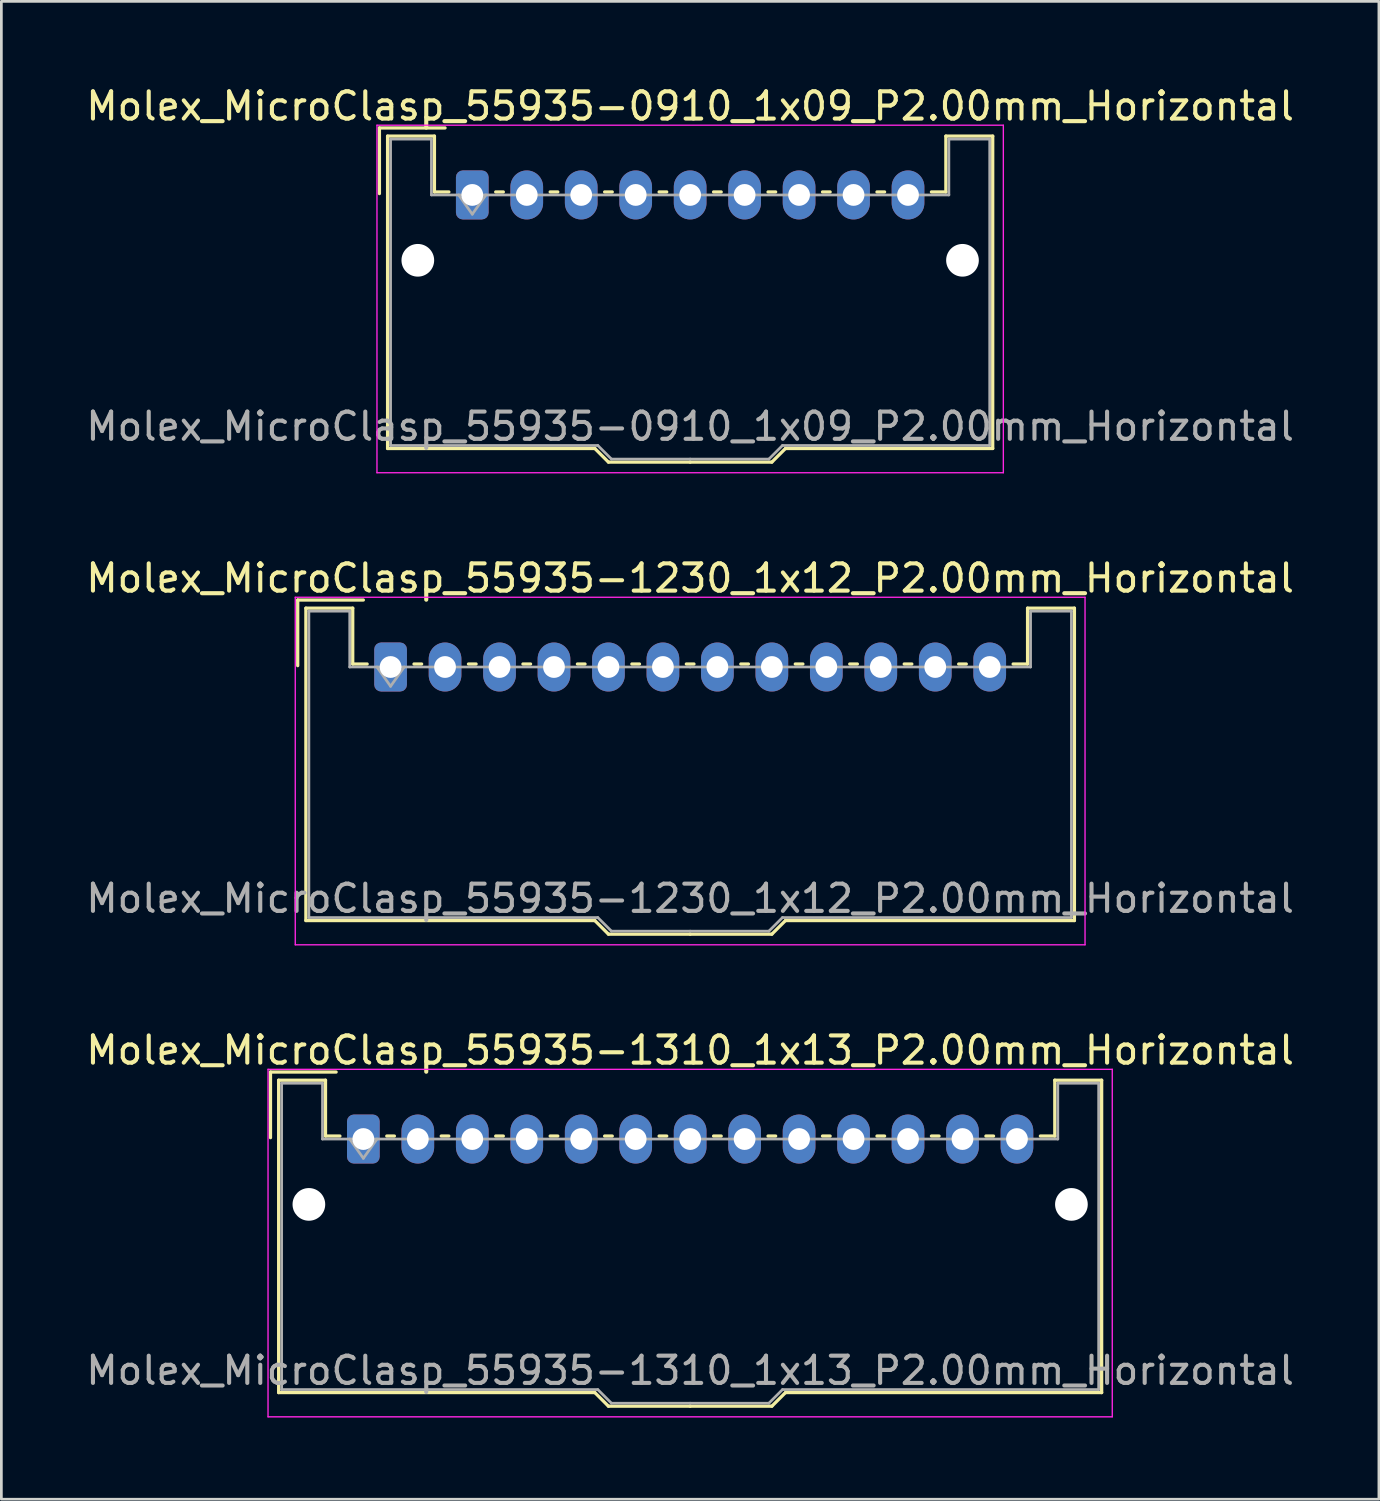
<source format=kicad_pcb>
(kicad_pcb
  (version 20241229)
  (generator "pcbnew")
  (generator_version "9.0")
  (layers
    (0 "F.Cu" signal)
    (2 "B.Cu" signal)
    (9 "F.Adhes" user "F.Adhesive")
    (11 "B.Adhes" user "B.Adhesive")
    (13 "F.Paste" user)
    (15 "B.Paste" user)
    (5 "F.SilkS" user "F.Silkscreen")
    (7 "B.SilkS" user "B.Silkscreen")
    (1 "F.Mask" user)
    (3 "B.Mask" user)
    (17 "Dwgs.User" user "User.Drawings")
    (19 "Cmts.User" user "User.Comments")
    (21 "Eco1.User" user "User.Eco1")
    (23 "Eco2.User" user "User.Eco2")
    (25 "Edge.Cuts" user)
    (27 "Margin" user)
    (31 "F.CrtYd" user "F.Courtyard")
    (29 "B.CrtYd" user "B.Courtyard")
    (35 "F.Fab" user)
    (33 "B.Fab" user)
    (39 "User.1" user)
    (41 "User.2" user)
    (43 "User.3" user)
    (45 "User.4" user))
  (footprint "Molex_MicroClasp_55935-1230_1x12_P2.00mm_Horizontal"
    (layer "F.Cu")
    (at 11.292 21.442)
    (property "Reference" "Molex_MicroClasp_55935-1230_1x12_P2.00mm_Horizontal" (at 11 -3.26 0) (layer "F.SilkS") (effects (font (size 1 1) (thickness 0.15))))
    (attr through_hole)
    (fp_line (start -3.41 -2.46) (end -1 -2.46) (stroke (width 0.12) (type solid)) (layer "F.SilkS"))
    (fp_line (start -3.41 -0.05) (end -3.41 -2.46) (stroke (width 0.12) (type solid)) (layer "F.SilkS"))
    (fp_line (start -3.11 -2.16) (end -1.39 -2.16) (stroke (width 0.12) (type solid)) (layer "F.SilkS"))
    (fp_line (start -3.11 9.31) (end -3.11 -2.16) (stroke (width 0.12) (type solid)) (layer "F.SilkS"))
    (fp_line (start -1.39 -2.16) (end -1.39 -0.11) (stroke (width 0.12) (type solid)) (layer "F.SilkS"))
    (fp_line (start -1.39 -0.11) (end -0.86 -0.11) (stroke (width 0.12) (type solid)) (layer "F.SilkS"))
    (fp_line (start 0.86 -0.11) (end 1.14 -0.11) (stroke (width 0.12) (type solid)) (layer "F.SilkS"))
    (fp_line (start 2.86 -0.11) (end 3.14 -0.11) (stroke (width 0.12) (type solid)) (layer "F.SilkS"))
    (fp_line (start 4.86 -0.11) (end 5.14 -0.11) (stroke (width 0.12) (type solid)) (layer "F.SilkS"))
    (fp_line (start 6.86 -0.11) (end 7.14 -0.11) (stroke (width 0.12) (type solid)) (layer "F.SilkS"))
    (fp_line (start 7.5 9.31) (end -3.11 9.31) (stroke (width 0.12) (type solid)) (layer "F.SilkS"))
    (fp_line (start 8 9.81) (end 7.5 9.31) (stroke (width 0.12) (type solid)) (layer "F.SilkS"))
    (fp_line (start 8.86 -0.11) (end 9.14 -0.11) (stroke (width 0.12) (type solid)) (layer "F.SilkS"))
    (fp_line (start 10.86 -0.11) (end 11.14 -0.11) (stroke (width 0.12) (type solid)) (layer "F.SilkS"))
    (fp_line (start 11 9.81) (end 8 9.81) (stroke (width 0.12) (type solid)) (layer "F.SilkS"))
    (fp_line (start 11 9.81) (end 14 9.81) (stroke (width 0.12) (type solid)) (layer "F.SilkS"))
    (fp_line (start 12.86 -0.11) (end 13.14 -0.11) (stroke (width 0.12) (type solid)) (layer "F.SilkS"))
    (fp_line (start 14 9.81) (end 14.5 9.31) (stroke (width 0.12) (type solid)) (layer "F.SilkS"))
    (fp_line (start 14.5 9.31) (end 25.11 9.31) (stroke (width 0.12) (type solid)) (layer "F.SilkS"))
    (fp_line (start 14.86 -0.11) (end 15.14 -0.11) (stroke (width 0.12) (type solid)) (layer "F.SilkS"))
    (fp_line (start 16.86 -0.11) (end 17.14 -0.11) (stroke (width 0.12) (type solid)) (layer "F.SilkS"))
    (fp_line (start 18.86 -0.11) (end 19.14 -0.11) (stroke (width 0.12) (type solid)) (layer "F.SilkS"))
    (fp_line (start 20.86 -0.11) (end 21.14 -0.11) (stroke (width 0.12) (type solid)) (layer "F.SilkS"))
    (fp_line (start 23.39 -2.16) (end 23.39 -0.11) (stroke (width 0.12) (type solid)) (layer "F.SilkS"))
    (fp_line (start 23.39 -0.11) (end 22.86 -0.11) (stroke (width 0.12) (type solid)) (layer "F.SilkS"))
    (fp_line (start 25.11 -2.16) (end 23.39 -2.16) (stroke (width 0.12) (type solid)) (layer "F.SilkS"))
    (fp_line (start 25.11 9.31) (end 25.11 -2.16) (stroke (width 0.12) (type solid)) (layer "F.SilkS"))
    (fp_line (start -3.5 -2.56) (end -3.5 10.2) (stroke (width 0.05) (type solid)) (layer "F.CrtYd"))
    (fp_line (start -3.5 10.2) (end 25.5 10.2) (stroke (width 0.05) (type solid)) (layer "F.CrtYd"))
    (fp_line (start 25.5 -2.56) (end -3.5 -2.56) (stroke (width 0.05) (type solid)) (layer "F.CrtYd"))
    (fp_line (start 25.5 10.2) (end 25.5 -2.56) (stroke (width 0.05) (type solid)) (layer "F.CrtYd"))
    (fp_line (start -3 -2.05) (end -1.5 -2.05) (stroke (width 0.1) (type solid)) (layer "F.Fab"))
    (fp_line (start -3 9.2) (end -3 -2.05) (stroke (width 0.1) (type solid)) (layer "F.Fab"))
    (fp_line (start -1.5 -2.05) (end -1.5 0) (stroke (width 0.1) (type solid)) (layer "F.Fab"))
    (fp_line (start -1.5 0) (end 11 0) (stroke (width 0.1) (type solid)) (layer "F.Fab"))
    (fp_line (start -0.5 0) (end 0 0.707) (stroke (width 0.1) (type solid)) (layer "F.Fab"))
    (fp_line (start 0 0.707) (end 0.5 0) (stroke (width 0.1) (type solid)) (layer "F.Fab"))
    (fp_line (start 7.61 9.2) (end -3 9.2) (stroke (width 0.1) (type solid)) (layer "F.Fab"))
    (fp_line (start 8.11 9.7) (end 7.61 9.2) (stroke (width 0.1) (type solid)) (layer "F.Fab"))
    (fp_line (start 11 9.7) (end 8.11 9.7) (stroke (width 0.1) (type solid)) (layer "F.Fab"))
    (fp_line (start 11 9.7) (end 13.89 9.7) (stroke (width 0.1) (type solid)) (layer "F.Fab"))
    (fp_line (start 13.89 9.7) (end 14.39 9.2) (stroke (width 0.1) (type solid)) (layer "F.Fab"))
    (fp_line (start 14.39 9.2) (end 25 9.2) (stroke (width 0.1) (type solid)) (layer "F.Fab"))
    (fp_line (start 23.5 -2.05) (end 23.5 0) (stroke (width 0.1) (type solid)) (layer "F.Fab"))
    (fp_line (start 23.5 0) (end 11 0) (stroke (width 0.1) (type solid)) (layer "F.Fab"))
    (fp_line (start 25 -2.05) (end 23.5 -2.05) (stroke (width 0.1) (type solid)) (layer "F.Fab"))
    (fp_line (start 25 9.2) (end 25 -2.05) (stroke (width 0.1) (type solid)) (layer "F.Fab"))
    (fp_text user "${REFERENCE}" (at 11 8.5 0) (layer "F.Fab") (effects (font (size 1 1) (thickness 0.15))))
    (pad "1" thru_hole roundrect (at 0 0) (size 1.2 1.8) (drill 0.8) (layers "*.Cu" "*.Mask") (roundrect_rratio 0.208))
    (pad "2" thru_hole oval (at 2 0) (size 1.2 1.8) (drill 0.8) (layers "*.Cu" "*.Mask"))
    (pad "3" thru_hole oval (at 4 0) (size 1.2 1.8) (drill 0.8) (layers "*.Cu" "*.Mask"))
    (pad "4" thru_hole oval (at 6 0) (size 1.2 1.8) (drill 0.8) (layers "*.Cu" "*.Mask"))
    (pad "5" thru_hole oval (at 8 0) (size 1.2 1.8) (drill 0.8) (layers "*.Cu" "*.Mask"))
    (pad "6" thru_hole oval (at 10 0) (size 1.2 1.8) (drill 0.8) (layers "*.Cu" "*.Mask"))
    (pad "7" thru_hole oval (at 12 0) (size 1.2 1.8) (drill 0.8) (layers "*.Cu" "*.Mask"))
    (pad "8" thru_hole oval (at 14 0) (size 1.2 1.8) (drill 0.8) (layers "*.Cu" "*.Mask"))
    (pad "9" thru_hole oval (at 16 0) (size 1.2 1.8) (drill 0.8) (layers "*.Cu" "*.Mask"))
    (pad "10" thru_hole oval (at 18 0) (size 1.2 1.8) (drill 0.8) (layers "*.Cu" "*.Mask"))
    (pad "11" thru_hole oval (at 20 0) (size 1.2 1.8) (drill 0.8) (layers "*.Cu" "*.Mask"))
    (pad "12" thru_hole oval (at 22 0) (size 1.2 1.8) (drill 0.8) (layers "*.Cu" "*.Mask")))
  (footprint "Molex_MicroClasp_55935-1310_1x13_P2.00mm_Horizontal"
    (layer "F.Cu")
    (at 10.292 38.775)
    (property "Reference" "Molex_MicroClasp_55935-1310_1x13_P2.00mm_Horizontal" (at 12 -3.26 0) (layer "F.SilkS") (effects (font (size 1 1) (thickness 0.15))))
    (attr through_hole)
    (fp_line (start -3.41 -2.46) (end -1 -2.46) (stroke (width 0.12) (type solid)) (layer "F.SilkS"))
    (fp_line (start -3.41 -0.05) (end -3.41 -2.46) (stroke (width 0.12) (type solid)) (layer "F.SilkS"))
    (fp_line (start -3.11 -2.16) (end -1.39 -2.16) (stroke (width 0.12) (type solid)) (layer "F.SilkS"))
    (fp_line (start -3.11 9.31) (end -3.11 -2.16) (stroke (width 0.12) (type solid)) (layer "F.SilkS"))
    (fp_line (start -1.39 -2.16) (end -1.39 -0.11) (stroke (width 0.12) (type solid)) (layer "F.SilkS"))
    (fp_line (start -1.39 -0.11) (end -0.86 -0.11) (stroke (width 0.12) (type solid)) (layer "F.SilkS"))
    (fp_line (start 0.86 -0.11) (end 1.14 -0.11) (stroke (width 0.12) (type solid)) (layer "F.SilkS"))
    (fp_line (start 2.86 -0.11) (end 3.14 -0.11) (stroke (width 0.12) (type solid)) (layer "F.SilkS"))
    (fp_line (start 4.86 -0.11) (end 5.14 -0.11) (stroke (width 0.12) (type solid)) (layer "F.SilkS"))
    (fp_line (start 6.86 -0.11) (end 7.14 -0.11) (stroke (width 0.12) (type solid)) (layer "F.SilkS"))
    (fp_line (start 8.5 9.31) (end -3.11 9.31) (stroke (width 0.12) (type solid)) (layer "F.SilkS"))
    (fp_line (start 8.86 -0.11) (end 9.14 -0.11) (stroke (width 0.12) (type solid)) (layer "F.SilkS"))
    (fp_line (start 9 9.81) (end 8.5 9.31) (stroke (width 0.12) (type solid)) (layer "F.SilkS"))
    (fp_line (start 10.86 -0.11) (end 11.14 -0.11) (stroke (width 0.12) (type solid)) (layer "F.SilkS"))
    (fp_line (start 12 9.81) (end 9 9.81) (stroke (width 0.12) (type solid)) (layer "F.SilkS"))
    (fp_line (start 12 9.81) (end 15 9.81) (stroke (width 0.12) (type solid)) (layer "F.SilkS"))
    (fp_line (start 12.86 -0.11) (end 13.14 -0.11) (stroke (width 0.12) (type solid)) (layer "F.SilkS"))
    (fp_line (start 14.86 -0.11) (end 15.14 -0.11) (stroke (width 0.12) (type solid)) (layer "F.SilkS"))
    (fp_line (start 15 9.81) (end 15.5 9.31) (stroke (width 0.12) (type solid)) (layer "F.SilkS"))
    (fp_line (start 15.5 9.31) (end 27.11 9.31) (stroke (width 0.12) (type solid)) (layer "F.SilkS"))
    (fp_line (start 16.86 -0.11) (end 17.14 -0.11) (stroke (width 0.12) (type solid)) (layer "F.SilkS"))
    (fp_line (start 18.86 -0.11) (end 19.14 -0.11) (stroke (width 0.12) (type solid)) (layer "F.SilkS"))
    (fp_line (start 20.86 -0.11) (end 21.14 -0.11) (stroke (width 0.12) (type solid)) (layer "F.SilkS"))
    (fp_line (start 22.86 -0.11) (end 23.14 -0.11) (stroke (width 0.12) (type solid)) (layer "F.SilkS"))
    (fp_line (start 25.39 -2.16) (end 25.39 -0.11) (stroke (width 0.12) (type solid)) (layer "F.SilkS"))
    (fp_line (start 25.39 -0.11) (end 24.86 -0.11) (stroke (width 0.12) (type solid)) (layer "F.SilkS"))
    (fp_line (start 27.11 -2.16) (end 25.39 -2.16) (stroke (width 0.12) (type solid)) (layer "F.SilkS"))
    (fp_line (start 27.11 9.31) (end 27.11 -2.16) (stroke (width 0.12) (type solid)) (layer "F.SilkS"))
    (fp_line (start -3.5 -2.56) (end -3.5 10.2) (stroke (width 0.05) (type solid)) (layer "F.CrtYd"))
    (fp_line (start -3.5 10.2) (end 27.5 10.2) (stroke (width 0.05) (type solid)) (layer "F.CrtYd"))
    (fp_line (start 27.5 -2.56) (end -3.5 -2.56) (stroke (width 0.05) (type solid)) (layer "F.CrtYd"))
    (fp_line (start 27.5 10.2) (end 27.5 -2.56) (stroke (width 0.05) (type solid)) (layer "F.CrtYd"))
    (fp_line (start -3 -2.05) (end -1.5 -2.05) (stroke (width 0.1) (type solid)) (layer "F.Fab"))
    (fp_line (start -3 9.2) (end -3 -2.05) (stroke (width 0.1) (type solid)) (layer "F.Fab"))
    (fp_line (start -1.5 -2.05) (end -1.5 0) (stroke (width 0.1) (type solid)) (layer "F.Fab"))
    (fp_line (start -1.5 0) (end 12 0) (stroke (width 0.1) (type solid)) (layer "F.Fab"))
    (fp_line (start -0.5 0) (end 0 0.707) (stroke (width 0.1) (type solid)) (layer "F.Fab"))
    (fp_line (start 0 0.707) (end 0.5 0) (stroke (width 0.1) (type solid)) (layer "F.Fab"))
    (fp_line (start 8.61 9.2) (end -3 9.2) (stroke (width 0.1) (type solid)) (layer "F.Fab"))
    (fp_line (start 9.11 9.7) (end 8.61 9.2) (stroke (width 0.1) (type solid)) (layer "F.Fab"))
    (fp_line (start 12 9.7) (end 9.11 9.7) (stroke (width 0.1) (type solid)) (layer "F.Fab"))
    (fp_line (start 12 9.7) (end 14.89 9.7) (stroke (width 0.1) (type solid)) (layer "F.Fab"))
    (fp_line (start 14.89 9.7) (end 15.39 9.2) (stroke (width 0.1) (type solid)) (layer "F.Fab"))
    (fp_line (start 15.39 9.2) (end 27 9.2) (stroke (width 0.1) (type solid)) (layer "F.Fab"))
    (fp_line (start 25.5 -2.05) (end 25.5 0) (stroke (width 0.1) (type solid)) (layer "F.Fab"))
    (fp_line (start 25.5 0) (end 12 0) (stroke (width 0.1) (type solid)) (layer "F.Fab"))
    (fp_line (start 27 -2.05) (end 25.5 -2.05) (stroke (width 0.1) (type solid)) (layer "F.Fab"))
    (fp_line (start 27 9.2) (end 27 -2.05) (stroke (width 0.1) (type solid)) (layer "F.Fab"))
    (fp_text user "${REFERENCE}" (at 12 8.5 0) (layer "F.Fab") (effects (font (size 1 1) (thickness 0.15))))
    (pad "" np_thru_hole circle (at -2 2.4) (size 1.2 1.2) (drill 1.2) (layers "*.Cu" "*.Mask"))
    (pad "" np_thru_hole circle (at 26 2.4) (size 1.2 1.2) (drill 1.2) (layers "*.Cu" "*.Mask"))
    (pad "1" thru_hole roundrect (at 0 0) (size 1.2 1.8) (drill 0.8) (layers "*.Cu" "*.Mask") (roundrect_rratio 0.208))
    (pad "2" thru_hole oval (at 2 0) (size 1.2 1.8) (drill 0.8) (layers "*.Cu" "*.Mask"))
    (pad "3" thru_hole oval (at 4 0) (size 1.2 1.8) (drill 0.8) (layers "*.Cu" "*.Mask"))
    (pad "4" thru_hole oval (at 6 0) (size 1.2 1.8) (drill 0.8) (layers "*.Cu" "*.Mask"))
    (pad "5" thru_hole oval (at 8 0) (size 1.2 1.8) (drill 0.8) (layers "*.Cu" "*.Mask"))
    (pad "6" thru_hole oval (at 10 0) (size 1.2 1.8) (drill 0.8) (layers "*.Cu" "*.Mask"))
    (pad "7" thru_hole oval (at 12 0) (size 1.2 1.8) (drill 0.8) (layers "*.Cu" "*.Mask"))
    (pad "8" thru_hole oval (at 14 0) (size 1.2 1.8) (drill 0.8) (layers "*.Cu" "*.Mask"))
    (pad "9" thru_hole oval (at 16 0) (size 1.2 1.8) (drill 0.8) (layers "*.Cu" "*.Mask"))
    (pad "10" thru_hole oval (at 18 0) (size 1.2 1.8) (drill 0.8) (layers "*.Cu" "*.Mask"))
    (pad "11" thru_hole oval (at 20 0) (size 1.2 1.8) (drill 0.8) (layers "*.Cu" "*.Mask"))
    (pad "12" thru_hole oval (at 22 0) (size 1.2 1.8) (drill 0.8) (layers "*.Cu" "*.Mask"))
    (pad "13" thru_hole oval (at 24 0) (size 1.2 1.8) (drill 0.8) (layers "*.Cu" "*.Mask")))
  (footprint "Molex_MicroClasp_55935-0910_1x09_P2.00mm_Horizontal"
    (layer "F.Cu")
    (at 14.292 4.108)
    (property "Reference" "Molex_MicroClasp_55935-0910_1x09_P2.00mm_Horizontal" (at 8 -3.26 0) (layer "F.SilkS") (effects (font (size 1 1) (thickness 0.15))))
    (attr through_hole)
    (fp_line (start -3.41 -2.46) (end -1 -2.46) (stroke (width 0.12) (type solid)) (layer "F.SilkS"))
    (fp_line (start -3.41 -0.05) (end -3.41 -2.46) (stroke (width 0.12) (type solid)) (layer "F.SilkS"))
    (fp_line (start -3.11 -2.16) (end -1.39 -2.16) (stroke (width 0.12) (type solid)) (layer "F.SilkS"))
    (fp_line (start -3.11 9.31) (end -3.11 -2.16) (stroke (width 0.12) (type solid)) (layer "F.SilkS"))
    (fp_line (start -1.39 -2.16) (end -1.39 -0.11) (stroke (width 0.12) (type solid)) (layer "F.SilkS"))
    (fp_line (start -1.39 -0.11) (end -0.86 -0.11) (stroke (width 0.12) (type solid)) (layer "F.SilkS"))
    (fp_line (start 0.86 -0.11) (end 1.14 -0.11) (stroke (width 0.12) (type solid)) (layer "F.SilkS"))
    (fp_line (start 2.86 -0.11) (end 3.14 -0.11) (stroke (width 0.12) (type solid)) (layer "F.SilkS"))
    (fp_line (start 4.5 9.31) (end -3.11 9.31) (stroke (width 0.12) (type solid)) (layer "F.SilkS"))
    (fp_line (start 4.86 -0.11) (end 5.14 -0.11) (stroke (width 0.12) (type solid)) (layer "F.SilkS"))
    (fp_line (start 5 9.81) (end 4.5 9.31) (stroke (width 0.12) (type solid)) (layer "F.SilkS"))
    (fp_line (start 6.86 -0.11) (end 7.14 -0.11) (stroke (width 0.12) (type solid)) (layer "F.SilkS"))
    (fp_line (start 8 9.81) (end 5 9.81) (stroke (width 0.12) (type solid)) (layer "F.SilkS"))
    (fp_line (start 8 9.81) (end 11 9.81) (stroke (width 0.12) (type solid)) (layer "F.SilkS"))
    (fp_line (start 8.86 -0.11) (end 9.14 -0.11) (stroke (width 0.12) (type solid)) (layer "F.SilkS"))
    (fp_line (start 10.86 -0.11) (end 11.14 -0.11) (stroke (width 0.12) (type solid)) (layer "F.SilkS"))
    (fp_line (start 11 9.81) (end 11.5 9.31) (stroke (width 0.12) (type solid)) (layer "F.SilkS"))
    (fp_line (start 11.5 9.31) (end 19.11 9.31) (stroke (width 0.12) (type solid)) (layer "F.SilkS"))
    (fp_line (start 12.86 -0.11) (end 13.14 -0.11) (stroke (width 0.12) (type solid)) (layer "F.SilkS"))
    (fp_line (start 14.86 -0.11) (end 15.14 -0.11) (stroke (width 0.12) (type solid)) (layer "F.SilkS"))
    (fp_line (start 17.39 -2.16) (end 17.39 -0.11) (stroke (width 0.12) (type solid)) (layer "F.SilkS"))
    (fp_line (start 17.39 -0.11) (end 16.86 -0.11) (stroke (width 0.12) (type solid)) (layer "F.SilkS"))
    (fp_line (start 19.11 -2.16) (end 17.39 -2.16) (stroke (width 0.12) (type solid)) (layer "F.SilkS"))
    (fp_line (start 19.11 9.31) (end 19.11 -2.16) (stroke (width 0.12) (type solid)) (layer "F.SilkS"))
    (fp_line (start -3.5 -2.56) (end -3.5 10.2) (stroke (width 0.05) (type solid)) (layer "F.CrtYd"))
    (fp_line (start -3.5 10.2) (end 19.5 10.2) (stroke (width 0.05) (type solid)) (layer "F.CrtYd"))
    (fp_line (start 19.5 -2.56) (end -3.5 -2.56) (stroke (width 0.05) (type solid)) (layer "F.CrtYd"))
    (fp_line (start 19.5 10.2) (end 19.5 -2.56) (stroke (width 0.05) (type solid)) (layer "F.CrtYd"))
    (fp_line (start -3 -2.05) (end -1.5 -2.05) (stroke (width 0.1) (type solid)) (layer "F.Fab"))
    (fp_line (start -3 9.2) (end -3 -2.05) (stroke (width 0.1) (type solid)) (layer "F.Fab"))
    (fp_line (start -1.5 -2.05) (end -1.5 0) (stroke (width 0.1) (type solid)) (layer "F.Fab"))
    (fp_line (start -1.5 0) (end 8 0) (stroke (width 0.1) (type solid)) (layer "F.Fab"))
    (fp_line (start -0.5 0) (end 0 0.707) (stroke (width 0.1) (type solid)) (layer "F.Fab"))
    (fp_line (start 0 0.707) (end 0.5 0) (stroke (width 0.1) (type solid)) (layer "F.Fab"))
    (fp_line (start 4.61 9.2) (end -3 9.2) (stroke (width 0.1) (type solid)) (layer "F.Fab"))
    (fp_line (start 5.11 9.7) (end 4.61 9.2) (stroke (width 0.1) (type solid)) (layer "F.Fab"))
    (fp_line (start 8 9.7) (end 5.11 9.7) (stroke (width 0.1) (type solid)) (layer "F.Fab"))
    (fp_line (start 8 9.7) (end 10.89 9.7) (stroke (width 0.1) (type solid)) (layer "F.Fab"))
    (fp_line (start 10.89 9.7) (end 11.39 9.2) (stroke (width 0.1) (type solid)) (layer "F.Fab"))
    (fp_line (start 11.39 9.2) (end 19 9.2) (stroke (width 0.1) (type solid)) (layer "F.Fab"))
    (fp_line (start 17.5 -2.05) (end 17.5 0) (stroke (width 0.1) (type solid)) (layer "F.Fab"))
    (fp_line (start 17.5 0) (end 8 0) (stroke (width 0.1) (type solid)) (layer "F.Fab"))
    (fp_line (start 19 -2.05) (end 17.5 -2.05) (stroke (width 0.1) (type solid)) (layer "F.Fab"))
    (fp_line (start 19 9.2) (end 19 -2.05) (stroke (width 0.1) (type solid)) (layer "F.Fab"))
    (fp_text user "${REFERENCE}" (at 8 8.5 0) (layer "F.Fab") (effects (font (size 1 1) (thickness 0.15))))
    (pad "" np_thru_hole circle (at -2 2.4) (size 1.2 1.2) (drill 1.2) (layers "*.Cu" "*.Mask"))
    (pad "" np_thru_hole circle (at 18 2.4) (size 1.2 1.2) (drill 1.2) (layers "*.Cu" "*.Mask"))
    (pad "1" thru_hole roundrect (at 0 0) (size 1.2 1.8) (drill 0.8) (layers "*.Cu" "*.Mask") (roundrect_rratio 0.208))
    (pad "2" thru_hole oval (at 2 0) (size 1.2 1.8) (drill 0.8) (layers "*.Cu" "*.Mask"))
    (pad "3" thru_hole oval (at 4 0) (size 1.2 1.8) (drill 0.8) (layers "*.Cu" "*.Mask"))
    (pad "4" thru_hole oval (at 6 0) (size 1.2 1.8) (drill 0.8) (layers "*.Cu" "*.Mask"))
    (pad "5" thru_hole oval (at 8 0) (size 1.2 1.8) (drill 0.8) (layers "*.Cu" "*.Mask"))
    (pad "6" thru_hole oval (at 10 0) (size 1.2 1.8) (drill 0.8) (layers "*.Cu" "*.Mask"))
    (pad "7" thru_hole oval (at 12 0) (size 1.2 1.8) (drill 0.8) (layers "*.Cu" "*.Mask"))
    (pad "8" thru_hole oval (at 14 0) (size 1.2 1.8) (drill 0.8) (layers "*.Cu" "*.Mask"))
    (pad "9" thru_hole oval (at 16 0) (size 1.2 1.8) (drill 0.8) (layers "*.Cu" "*.Mask")))
  (gr_rect
    (start -3 -3)
    (end 47.583 52)
    (stroke (width 0.1) (type default))
    (fill no)
    (layer "Edge.Cuts")))
</source>
